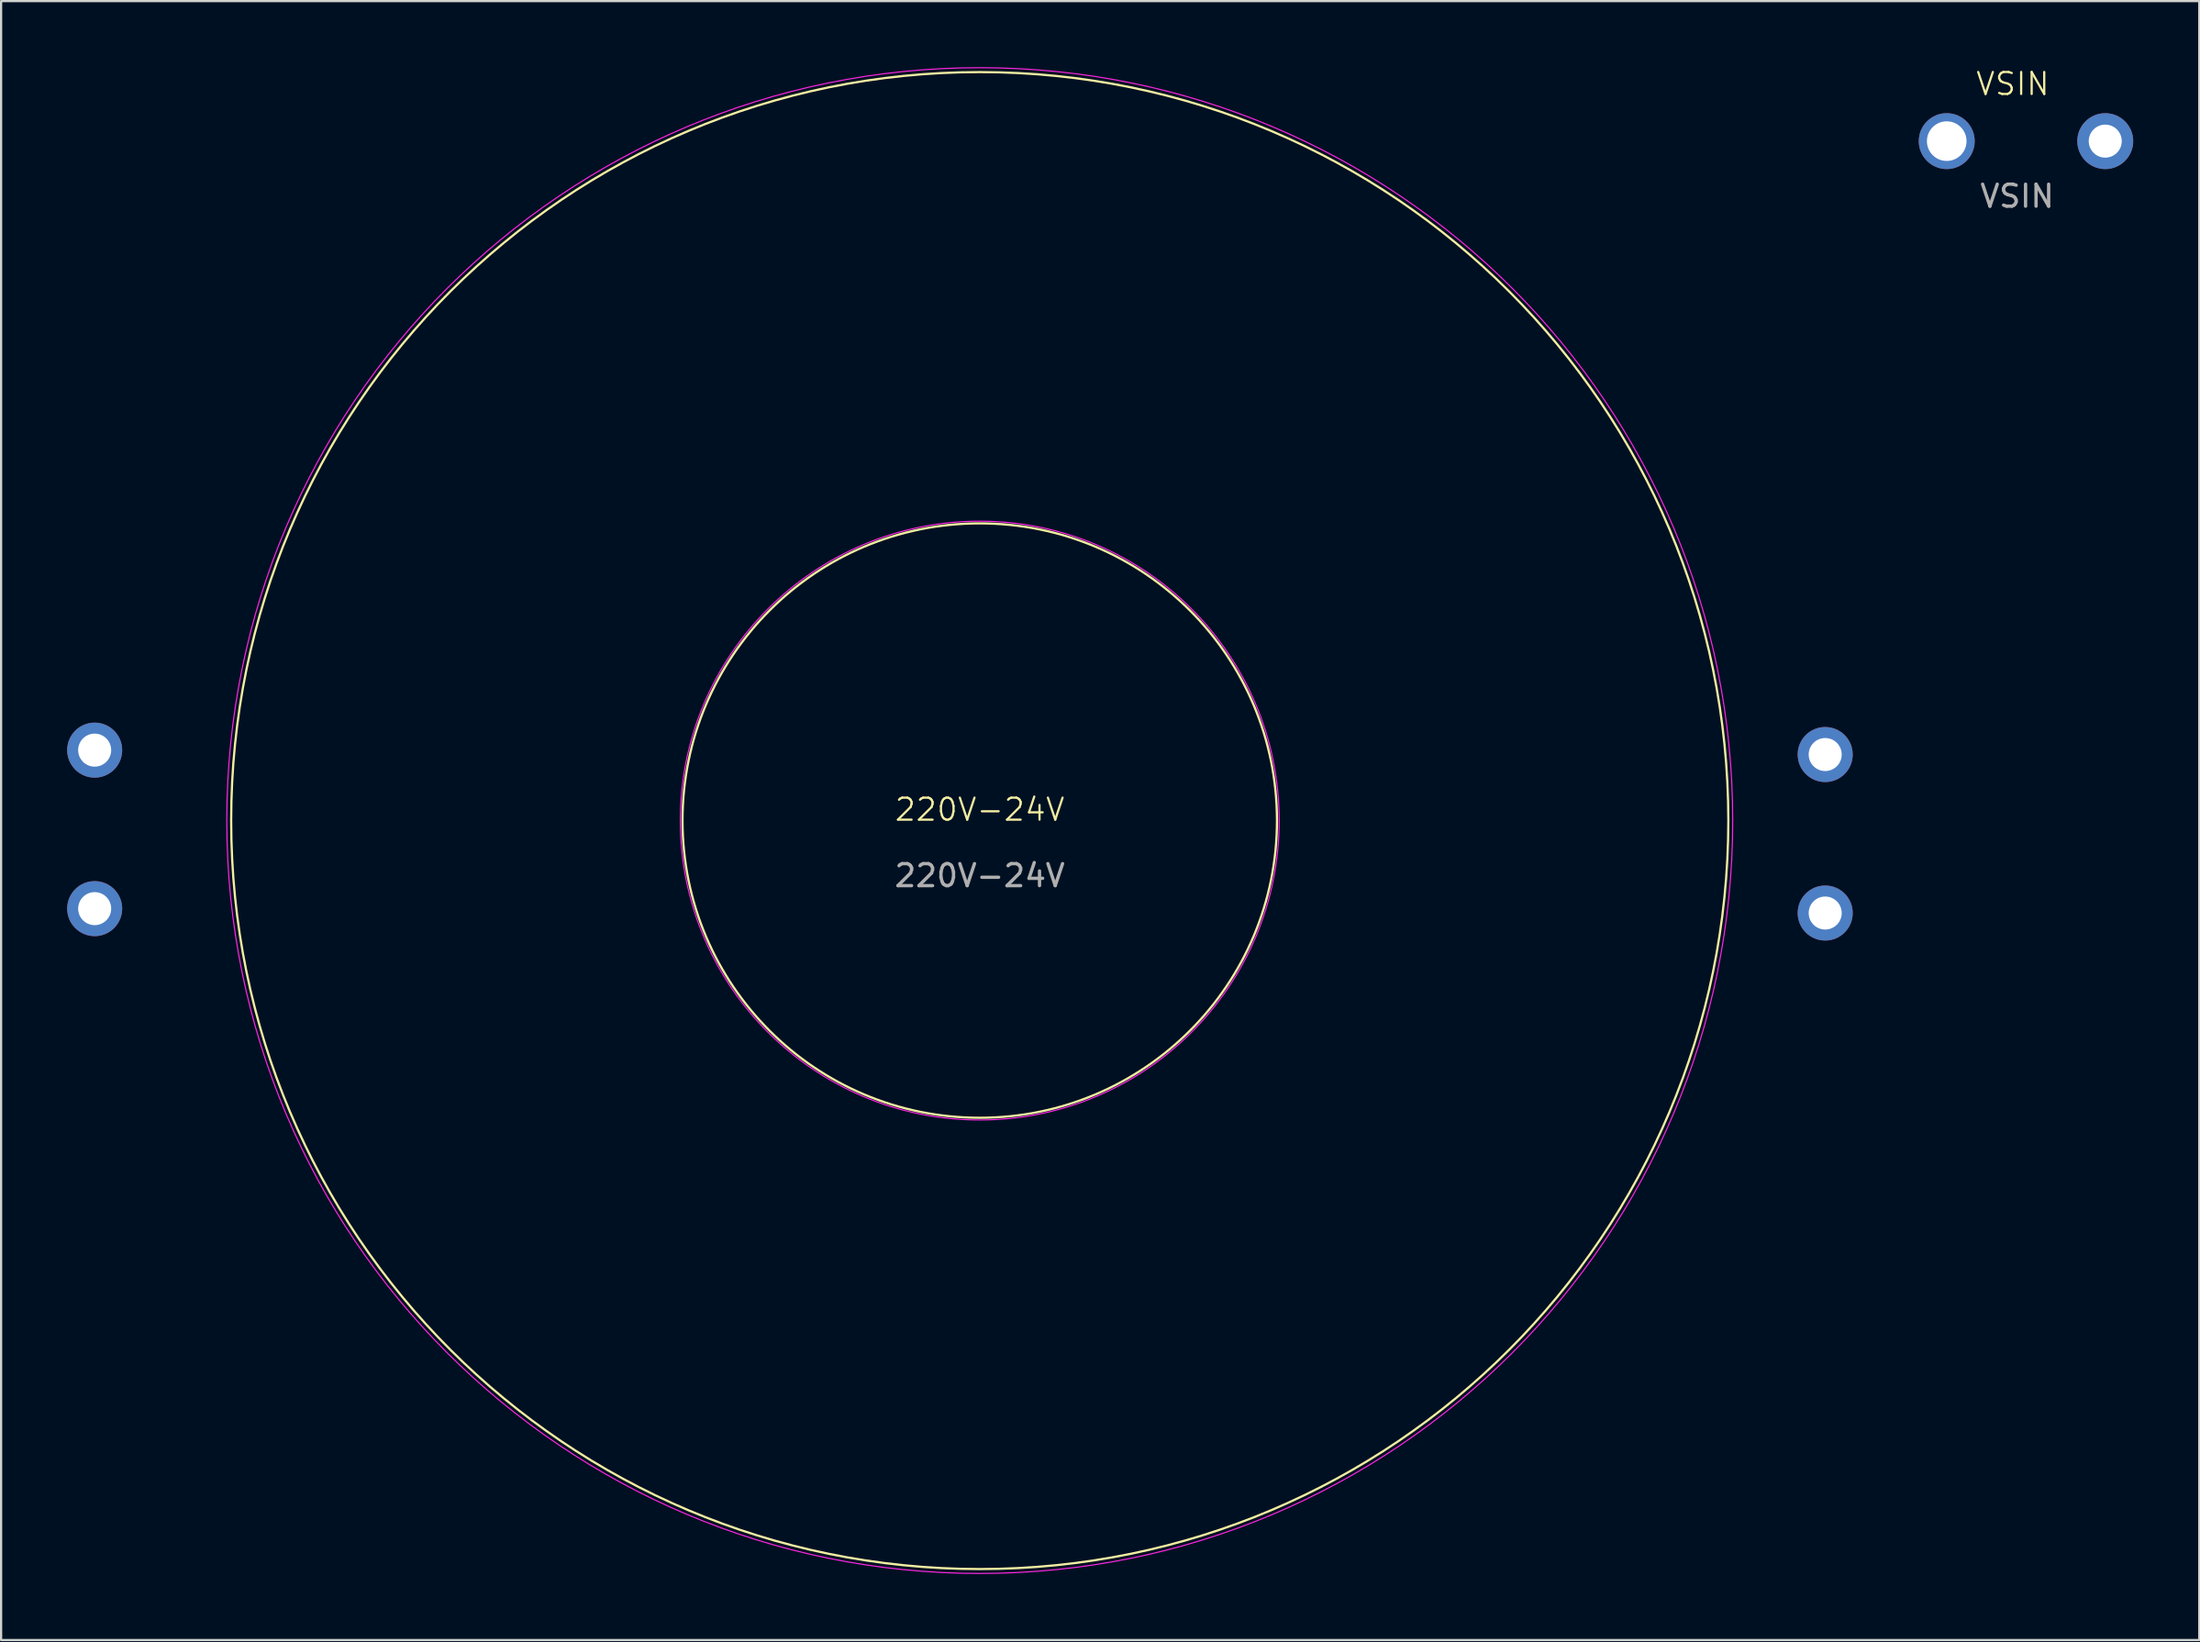
<source format=kicad_pcb>
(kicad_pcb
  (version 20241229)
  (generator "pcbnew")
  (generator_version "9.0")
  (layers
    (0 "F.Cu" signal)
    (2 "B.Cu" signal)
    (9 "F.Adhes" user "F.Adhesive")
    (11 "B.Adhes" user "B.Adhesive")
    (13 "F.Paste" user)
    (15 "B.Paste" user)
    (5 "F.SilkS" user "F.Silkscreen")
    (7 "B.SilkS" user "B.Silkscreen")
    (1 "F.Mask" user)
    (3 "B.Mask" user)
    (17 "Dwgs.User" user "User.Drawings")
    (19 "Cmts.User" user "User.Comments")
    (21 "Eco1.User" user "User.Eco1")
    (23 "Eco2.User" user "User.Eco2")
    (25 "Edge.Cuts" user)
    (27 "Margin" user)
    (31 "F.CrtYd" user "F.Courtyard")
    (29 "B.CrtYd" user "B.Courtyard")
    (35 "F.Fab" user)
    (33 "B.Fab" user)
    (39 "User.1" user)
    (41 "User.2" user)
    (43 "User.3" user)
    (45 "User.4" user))
  (footprint "VSIN"
    (layer "F.Cu")
    (at 88.57 3.361)
    (property "Reference" "VSIN" (at -0.2 -2.6 0) (unlocked yes) (layer "F.SilkS") (effects (font (size 1 1) (thickness 0.1))))
    (attr through_hole)
    (fp_text user "${REFERENCE}" (at 0 2.5 0) (unlocked yes) (layer "F.Fab") (effects (font (size 1 1) (thickness 0.15))))
    (pad "1" thru_hole circle (at -3.2 0) (size 2.54 2.54) (drill 1.8) (layers "*.Cu" "*.Mask"))
    (pad "2" thru_hole circle (at 4 0) (size 2.54 2.54) (drill 1.5) (layers "*.Cu" "*.Mask")))
  (footprint "220V-24V"
    (layer "F.Cu")
    (at 41.45 34.225)
    (property "Reference" "220V-24V" (at 0 -0.5 0) (unlocked yes) (layer "F.SilkS") (effects (font (size 1 1) (thickness 0.1))))
    (attr through_hole)
    (fp_circle (center 0 0) (end 13.5 0) (stroke (width 0.1) (type default)) (fill no) (layer "F.SilkS"))
    (fp_circle (center 0 0) (end 34 0) (stroke (width 0.1) (type default)) (fill no) (layer "F.SilkS"))
    (fp_circle (center 0 0) (end 13.6 0) (stroke (width 0.05) (type default)) (fill no) (layer "F.CrtYd"))
    (fp_circle (center 0 0) (end 34.2 0) (stroke (width 0.05) (type default)) (fill no) (layer "F.CrtYd"))
    (fp_text user "${REFERENCE}" (at 0 2.5 0) (unlocked yes) (layer "F.Fab") (effects (font (size 1 1) (thickness 0.15))))
    (pad "1" thru_hole circle (at -40.2 -3.2) (size 2.5 2.5) (drill 1.5) (layers "*.Cu" "*.Mask"))
    (pad "2" thru_hole circle (at -40.2 4) (size 2.5 2.5) (drill 1.5) (layers "*.Cu" "*.Mask"))
    (pad "3" thru_hole circle (at 38.4 -3) (size 2.5 2.5) (drill 1.5) (layers "*.Cu" "*.Mask"))
    (pad "4" thru_hole circle (at 38.4 4.2) (size 2.5 2.5) (drill 1.5) (layers "*.Cu" "*.Mask")))
  (gr_rect
    (start -3 -3)
    (end 96.84 71.45)
    (stroke (width 0.1) (type default))
    (fill no)
    (layer "Edge.Cuts")))
</source>
